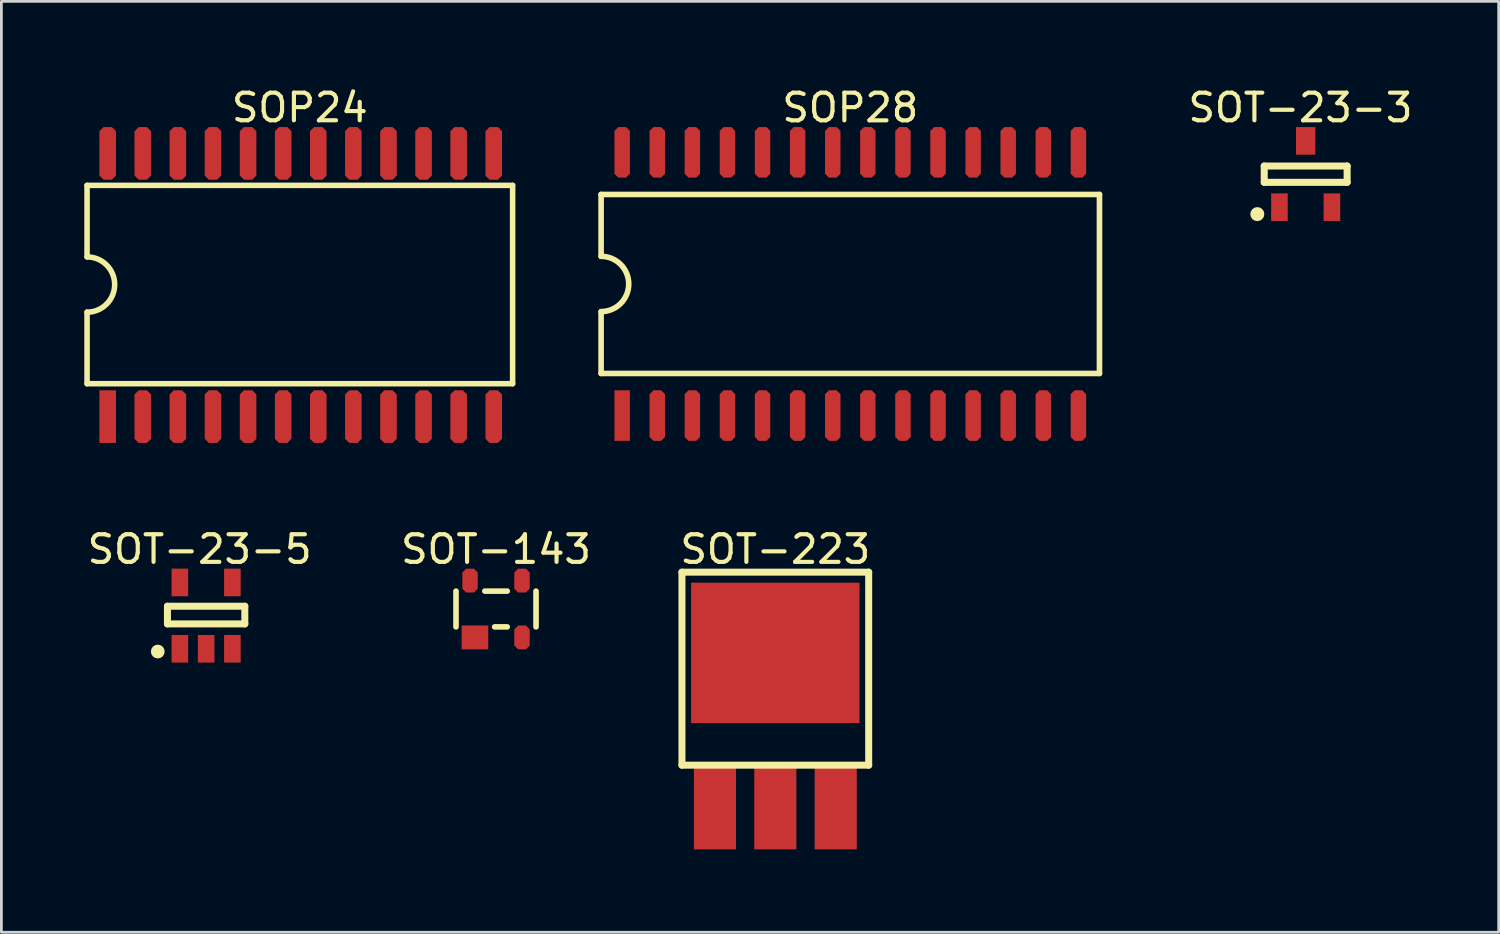
<source format=kicad_pcb>
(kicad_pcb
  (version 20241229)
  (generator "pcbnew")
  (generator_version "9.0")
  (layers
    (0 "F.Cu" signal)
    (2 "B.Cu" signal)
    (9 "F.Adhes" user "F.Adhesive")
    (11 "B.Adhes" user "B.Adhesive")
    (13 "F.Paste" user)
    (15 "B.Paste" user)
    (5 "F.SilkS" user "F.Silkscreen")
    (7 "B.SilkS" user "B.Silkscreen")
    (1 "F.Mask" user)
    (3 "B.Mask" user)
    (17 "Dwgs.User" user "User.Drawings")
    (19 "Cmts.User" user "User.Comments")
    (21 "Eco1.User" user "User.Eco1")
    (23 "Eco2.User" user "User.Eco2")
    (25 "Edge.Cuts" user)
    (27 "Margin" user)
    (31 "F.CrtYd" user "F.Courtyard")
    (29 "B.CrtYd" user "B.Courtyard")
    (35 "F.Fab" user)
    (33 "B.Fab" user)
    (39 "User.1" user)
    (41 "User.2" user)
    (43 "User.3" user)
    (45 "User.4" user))
  (footprint "SOT-223"
    (layer "F.Cu")
    (at 22.822 26.163)
    (property "Reference" "SOT-223" (at 2.184 -9.336 0) (layer "F.SilkS") (effects (font (size 1 1) (thickness 0.15))))
    (fp_line (start -1.194 -8.509) (end 5.563 -8.509) (stroke (width 0.254) (type solid)) (layer "F.SilkS"))
    (fp_line (start -1.194 -1.524) (end -1.194 -8.509) (stroke (width 0.254) (type solid)) (layer "F.SilkS"))
    (fp_line (start -1.194 -1.524) (end 5.563 -1.524) (stroke (width 0.254) (type solid)) (layer "F.SilkS"))
    (fp_line (start 5.563 -1.524) (end 5.563 -8.509) (stroke (width 0.254) (type solid)) (layer "F.SilkS"))
    (pad "" smd rect (at 2.184 -5.588) (size 6.096 5.08) (layers "F.Cu" "F.Mask" "F.Paste"))
    (pad "1" smd rect (at 0 0) (size 1.524 3.048) (layers "F.Cu" "F.Mask" "F.Paste"))
    (pad "2" smd rect (at 2.184 0) (size 1.524 3.048) (layers "F.Cu" "F.Mask" "F.Paste"))
    (pad "3" smd rect (at 4.369 0) (size 1.524 3.048) (layers "F.Cu" "F.Mask" "F.Paste")))
  (footprint "SOT-23-5"
    (layer "F.Cu")
    (at 3.459 20.427)
    (property "Reference" "SOT-23-5" (at 0.714 -3.6 0) (layer "F.SilkS") (effects (font (size 1 1) (thickness 0.15))))
    (fp_line (start -0.45 -1.54) (end 2.35 -1.54) (stroke (width 0.254) (type solid)) (layer "F.SilkS"))
    (fp_line (start -0.45 -0.9) (end -0.45 -1.54) (stroke (width 0.254) (type solid)) (layer "F.SilkS"))
    (fp_line (start -0.45 -0.9) (end 2.35 -0.9) (stroke (width 0.254) (type solid)) (layer "F.SilkS"))
    (fp_line (start 2.35 -0.9) (end 2.35 -1.54) (stroke (width 0.254) (type solid)) (layer "F.SilkS"))
    (fp_circle (center -0.8 0.1) (end -0.8 -0.025) (stroke (width 0.25) (type solid)) (fill no) (layer "F.SilkS"))
    (pad "1" smd rect (at 0 0 180) (size 0.6 1) (layers "F.Cu" "F.Mask" "F.Paste"))
    (pad "2" smd rect (at 0.95 0 180) (size 0.6 1) (layers "F.Cu" "F.Mask" "F.Paste"))
    (pad "3" smd rect (at 1.9 0 180) (size 0.6 1) (layers "F.Cu" "F.Mask" "F.Paste"))
    (pad "4" smd rect (at 1.9 -2.4 180) (size 0.6 1) (layers "F.Cu" "F.Mask" "F.Paste"))
    (pad "5" smd rect (at 0 -2.4 180) (size 0.6 1) (layers "F.Cu" "F.Mask" "F.Paste")))
  (footprint "SOT-143"
    (layer "F.Cu")
    (at 14.137 20.016)
    (property "Reference" "SOT-143" (at 0.762 -3.189 0) (layer "F.SilkS") (effects (font (size 1 1) (thickness 0.15))))
    (fp_line (start -0.686 -0.381) (end -0.686 -1.676) (stroke (width 0.203) (type solid)) (layer "F.SilkS"))
    (fp_line (start 0.356 -1.676) (end 1.168 -1.676) (stroke (width 0.203) (type solid)) (layer "F.SilkS"))
    (fp_line (start 0.711 -0.381) (end 1.168 -0.381) (stroke (width 0.203) (type solid)) (layer "F.SilkS"))
    (fp_line (start 2.21 -0.381) (end 2.21 -1.676) (stroke (width 0.203) (type solid)) (layer "F.SilkS"))
    (pad "1" smd rect (at 0 0) (size 0.965 0.864) (layers "F.Cu" "F.Mask" "F.Paste"))
    (pad "2" smd roundrect (at 1.702 0) (size 0.559 0.864) (layers "F.Cu" "F.Mask" "F.Paste") (roundrect_rratio 0.25) (chamfer_ratio 0.25) (chamfer top_left top_right bottom_left bottom_right))
    (pad "3" smd roundrect (at 1.702 -2.057) (size 0.559 0.864) (layers "F.Cu" "F.Mask" "F.Paste") (roundrect_rratio 0.25) (chamfer_ratio 0.25) (chamfer top_left top_right bottom_left bottom_right))
    (pad "4" smd roundrect (at -0.178 -2.057) (size 0.559 0.864) (layers "F.Cu" "F.Mask" "F.Paste") (roundrect_rratio 0.25) (chamfer_ratio 0.25) (chamfer top_left top_right bottom_left bottom_right)))
  (footprint "SOT-23-3"
    (layer "F.Cu")
    (at 43.248 4.448)
    (property "Reference" "SOT-23-3" (at 0.761 -3.6 0) (layer "F.SilkS") (effects (font (size 1 1) (thickness 0.15))))
    (fp_line (start -0.55 -1.49) (end 2.45 -1.49) (stroke (width 0.254) (type solid)) (layer "F.SilkS"))
    (fp_line (start -0.55 -0.9) (end -0.55 -1.49) (stroke (width 0.254) (type solid)) (layer "F.SilkS"))
    (fp_line (start -0.55 -0.9) (end 2.45 -0.9) (stroke (width 0.254) (type solid)) (layer "F.SilkS"))
    (fp_line (start 2.45 -0.9) (end 2.45 -1.49) (stroke (width 0.254) (type solid)) (layer "F.SilkS"))
    (fp_circle (center -0.8 0.25) (end -0.8 0.123) (stroke (width 0.254) (type solid)) (fill no) (layer "F.SilkS"))
    (pad "1" smd rect (at 0 0) (size 0.6 1) (layers "F.Cu" "F.Mask" "F.Paste"))
    (pad "2" smd rect (at 1.9 0) (size 0.6 1) (layers "F.Cu" "F.Mask" "F.Paste"))
    (pad "3" smd rect (at 0.95 -2.4) (size 0.7 1) (layers "F.Cu" "F.Mask" "F.Paste")))
  (footprint "SOP28"
    (layer "F.Cu")
    (at 19.464 11.988)
    (property "Reference" "SOP28" (at 8.255 -11.139 0) (layer "F.SilkS") (effects (font (size 1 1) (thickness 0.15))))
    (fp_line (start -0.762 -8.001) (end 17.272 -8.001) (stroke (width 0.203) (type solid)) (layer "F.SilkS"))
    (fp_line (start -0.762 -5.763) (end -0.762 -8.001) (stroke (width 0.203) (type solid)) (layer "F.SilkS"))
    (fp_line (start -0.762 -1.524) (end -0.762 -3.75) (stroke (width 0.203) (type solid)) (layer "F.SilkS"))
    (fp_line (start -0.762 -1.524) (end 17.272 -1.524) (stroke (width 0.203) (type solid)) (layer "F.SilkS"))
    (fp_line (start 17.272 -1.524) (end 17.272 -8.001) (stroke (width 0.203) (type solid)) (layer "F.SilkS"))
    (fp_arc (start -0.762 -5.7625) (mid 0.238 -4.7625) (end -0.762 -3.7625) (stroke (width 0.2032) (type solid)) (layer "F.SilkS"))
    (pad "1" smd rect (at 0 0) (size 0.559 1.829) (layers "F.Cu" "F.Mask" "F.Paste"))
    (pad "2" smd roundrect (at 1.27 0) (size 0.559 1.829) (layers "F.Cu" "F.Mask" "F.Paste") (roundrect_rratio 0.25) (chamfer_ratio 0.25) (chamfer top_left top_right bottom_left bottom_right))
    (pad "3" smd roundrect (at 2.54 0) (size 0.559 1.829) (layers "F.Cu" "F.Mask" "F.Paste") (roundrect_rratio 0.25) (chamfer_ratio 0.25) (chamfer top_left top_right bottom_left bottom_right))
    (pad "4" smd roundrect (at 3.81 0) (size 0.559 1.829) (layers "F.Cu" "F.Mask" "F.Paste") (roundrect_rratio 0.25) (chamfer_ratio 0.25) (chamfer top_left top_right bottom_left bottom_right))
    (pad "5" smd roundrect (at 5.08 0) (size 0.559 1.829) (layers "F.Cu" "F.Mask" "F.Paste") (roundrect_rratio 0.25) (chamfer_ratio 0.25) (chamfer top_left top_right bottom_left bottom_right))
    (pad "6" smd roundrect (at 6.35 0) (size 0.559 1.829) (layers "F.Cu" "F.Mask" "F.Paste") (roundrect_rratio 0.25) (chamfer_ratio 0.25) (chamfer top_left top_right bottom_left bottom_right))
    (pad "7" smd roundrect (at 7.62 0) (size 0.559 1.829) (layers "F.Cu" "F.Mask" "F.Paste") (roundrect_rratio 0.25) (chamfer_ratio 0.25) (chamfer top_left top_right bottom_left bottom_right))
    (pad "8" smd roundrect (at 8.89 0) (size 0.559 1.829) (layers "F.Cu" "F.Mask" "F.Paste") (roundrect_rratio 0.25) (chamfer_ratio 0.25) (chamfer top_left top_right bottom_left bottom_right))
    (pad "9" smd roundrect (at 10.16 0) (size 0.559 1.829) (layers "F.Cu" "F.Mask" "F.Paste") (roundrect_rratio 0.25) (chamfer_ratio 0.25) (chamfer top_left top_right bottom_left bottom_right))
    (pad "10" smd roundrect (at 11.43 0) (size 0.559 1.829) (layers "F.Cu" "F.Mask" "F.Paste") (roundrect_rratio 0.25) (chamfer_ratio 0.25) (chamfer top_left top_right bottom_left bottom_right))
    (pad "11" smd roundrect (at 12.7 0) (size 0.559 1.829) (layers "F.Cu" "F.Mask" "F.Paste") (roundrect_rratio 0.25) (chamfer_ratio 0.25) (chamfer top_left top_right bottom_left bottom_right))
    (pad "12" smd roundrect (at 13.97 0) (size 0.559 1.829) (layers "F.Cu" "F.Mask" "F.Paste") (roundrect_rratio 0.25) (chamfer_ratio 0.25) (chamfer top_left top_right bottom_left bottom_right))
    (pad "13" smd roundrect (at 15.24 0) (size 0.559 1.829) (layers "F.Cu" "F.Mask" "F.Paste") (roundrect_rratio 0.25) (chamfer_ratio 0.25) (chamfer top_left top_right bottom_left bottom_right))
    (pad "14" smd roundrect (at 16.51 0) (size 0.559 1.829) (layers "F.Cu" "F.Mask" "F.Paste") (roundrect_rratio 0.25) (chamfer_ratio 0.25) (chamfer top_left top_right bottom_left bottom_right))
    (pad "15" smd roundrect (at 16.51 -9.525) (size 0.559 1.829) (layers "F.Cu" "F.Mask" "F.Paste") (roundrect_rratio 0.25) (chamfer_ratio 0.25) (chamfer top_left top_right bottom_left bottom_right))
    (pad "16" smd roundrect (at 15.24 -9.525) (size 0.559 1.829) (layers "F.Cu" "F.Mask" "F.Paste") (roundrect_rratio 0.25) (chamfer_ratio 0.25) (chamfer top_left top_right bottom_left bottom_right))
    (pad "17" smd roundrect (at 13.97 -9.525) (size 0.559 1.829) (layers "F.Cu" "F.Mask" "F.Paste") (roundrect_rratio 0.25) (chamfer_ratio 0.25) (chamfer top_left top_right bottom_left bottom_right))
    (pad "18" smd roundrect (at 12.7 -9.525) (size 0.559 1.829) (layers "F.Cu" "F.Mask" "F.Paste") (roundrect_rratio 0.25) (chamfer_ratio 0.25) (chamfer top_left top_right bottom_left bottom_right))
    (pad "19" smd roundrect (at 11.43 -9.525) (size 0.559 1.829) (layers "F.Cu" "F.Mask" "F.Paste") (roundrect_rratio 0.25) (chamfer_ratio 0.25) (chamfer top_left top_right bottom_left bottom_right))
    (pad "20" smd roundrect (at 10.16 -9.525) (size 0.559 1.829) (layers "F.Cu" "F.Mask" "F.Paste") (roundrect_rratio 0.25) (chamfer_ratio 0.25) (chamfer top_left top_right bottom_left bottom_right))
    (pad "21" smd roundrect (at 8.89 -9.525) (size 0.559 1.829) (layers "F.Cu" "F.Mask" "F.Paste") (roundrect_rratio 0.25) (chamfer_ratio 0.25) (chamfer top_left top_right bottom_left bottom_right))
    (pad "22" smd roundrect (at 7.62 -9.525) (size 0.559 1.829) (layers "F.Cu" "F.Mask" "F.Paste") (roundrect_rratio 0.25) (chamfer_ratio 0.25) (chamfer top_left top_right bottom_left bottom_right))
    (pad "23" smd roundrect (at 6.35 -9.525) (size 0.559 1.829) (layers "F.Cu" "F.Mask" "F.Paste") (roundrect_rratio 0.25) (chamfer_ratio 0.25) (chamfer top_left top_right bottom_left bottom_right))
    (pad "24" smd roundrect (at 5.08 -9.525) (size 0.559 1.829) (layers "F.Cu" "F.Mask" "F.Paste") (roundrect_rratio 0.25) (chamfer_ratio 0.25) (chamfer top_left top_right bottom_left bottom_right))
    (pad "25" smd roundrect (at 3.81 -9.525) (size 0.559 1.829) (layers "F.Cu" "F.Mask" "F.Paste") (roundrect_rratio 0.25) (chamfer_ratio 0.25) (chamfer top_left top_right bottom_left bottom_right))
    (pad "26" smd roundrect (at 2.54 -9.525) (size 0.559 1.829) (layers "F.Cu" "F.Mask" "F.Paste") (roundrect_rratio 0.25) (chamfer_ratio 0.25) (chamfer top_left top_right bottom_left bottom_right))
    (pad "27" smd roundrect (at 1.27 -9.525) (size 0.559 1.829) (layers "F.Cu" "F.Mask" "F.Paste") (roundrect_rratio 0.25) (chamfer_ratio 0.25) (chamfer top_left top_right bottom_left bottom_right))
    (pad "28" smd roundrect (at 0 -9.525) (size 0.559 1.829) (layers "F.Cu" "F.Mask" "F.Paste") (roundrect_rratio 0.25) (chamfer_ratio 0.25) (chamfer top_left top_right bottom_left bottom_right)))
  (footprint "SOP24"
    (layer "F.Cu")
    (at 0.847 12.026)
    (property "Reference" "SOP24" (at 6.953 -11.178 0) (layer "F.SilkS") (effects (font (size 1 1) (thickness 0.15))))
    (fp_line (start -0.747 -8.368) (end 14.653 -8.368) (stroke (width 0.2) (type solid)) (layer "F.SilkS"))
    (fp_line (start -0.747 -5.78) (end -0.747 -8.368) (stroke (width 0.2) (type solid)) (layer "F.SilkS"))
    (fp_line (start -0.747 -1.191) (end -0.747 -3.78) (stroke (width 0.2) (type solid)) (layer "F.SilkS"))
    (fp_line (start -0.747 -1.191) (end 14.653 -1.191) (stroke (width 0.2) (type solid)) (layer "F.SilkS"))
    (fp_line (start 14.653 -1.191) (end 14.653 -8.368) (stroke (width 0.2) (type solid)) (layer "F.SilkS"))
    (fp_arc (start -0.747 -5.77951) (mid 0.253 -4.77951) (end -0.747 -3.77951) (stroke (width 0.2) (type solid)) (layer "F.SilkS"))
    (pad "1" smd rect (at 0 0 90) (size 1.905 0.6) (layers "F.Cu" "F.Mask" "F.Paste"))
    (pad "2" smd roundrect (at 1.27 0 90) (size 1.905 0.6) (layers "F.Cu" "F.Mask" "F.Paste") (roundrect_rratio 0.25) (chamfer_ratio 0.25) (chamfer top_left top_right bottom_left bottom_right))
    (pad "3" smd roundrect (at 2.54 0 90) (size 1.905 0.6) (layers "F.Cu" "F.Mask" "F.Paste") (roundrect_rratio 0.25) (chamfer_ratio 0.25) (chamfer top_left top_right bottom_left bottom_right))
    (pad "4" smd roundrect (at 3.81 0 90) (size 1.905 0.6) (layers "F.Cu" "F.Mask" "F.Paste") (roundrect_rratio 0.25) (chamfer_ratio 0.25) (chamfer top_left top_right bottom_left bottom_right))
    (pad "5" smd roundrect (at 5.08 0 90) (size 1.905 0.6) (layers "F.Cu" "F.Mask" "F.Paste") (roundrect_rratio 0.25) (chamfer_ratio 0.25) (chamfer top_left top_right bottom_left bottom_right))
    (pad "6" smd roundrect (at 6.35 0 90) (size 1.905 0.6) (layers "F.Cu" "F.Mask" "F.Paste") (roundrect_rratio 0.25) (chamfer_ratio 0.25) (chamfer top_left top_right bottom_left bottom_right))
    (pad "7" smd roundrect (at 7.62 0 90) (size 1.905 0.6) (layers "F.Cu" "F.Mask" "F.Paste") (roundrect_rratio 0.25) (chamfer_ratio 0.25) (chamfer top_left top_right bottom_left bottom_right))
    (pad "8" smd roundrect (at 8.89 0 90) (size 1.905 0.6) (layers "F.Cu" "F.Mask" "F.Paste") (roundrect_rratio 0.25) (chamfer_ratio 0.25) (chamfer top_left top_right bottom_left bottom_right))
    (pad "9" smd roundrect (at 10.16 0 90) (size 1.905 0.6) (layers "F.Cu" "F.Mask" "F.Paste") (roundrect_rratio 0.25) (chamfer_ratio 0.25) (chamfer top_left top_right bottom_left bottom_right))
    (pad "10" smd roundrect (at 11.43 0 90) (size 1.905 0.6) (layers "F.Cu" "F.Mask" "F.Paste") (roundrect_rratio 0.25) (chamfer_ratio 0.25) (chamfer top_left top_right bottom_left bottom_right))
    (pad "11" smd roundrect (at 12.7 0 90) (size 1.905 0.6) (layers "F.Cu" "F.Mask" "F.Paste") (roundrect_rratio 0.25) (chamfer_ratio 0.25) (chamfer top_left top_right bottom_left bottom_right))
    (pad "12" smd roundrect (at 13.97 0 90) (size 1.905 0.6) (layers "F.Cu" "F.Mask" "F.Paste") (roundrect_rratio 0.25) (chamfer_ratio 0.25) (chamfer top_left top_right bottom_left bottom_right))
    (pad "13" smd roundrect (at 13.97 -9.525 90) (size 1.905 0.6) (layers "F.Cu" "F.Mask" "F.Paste") (roundrect_rratio 0.25) (chamfer_ratio 0.25) (chamfer top_left top_right bottom_left bottom_right))
    (pad "14" smd roundrect (at 12.7 -9.525 90) (size 1.905 0.6) (layers "F.Cu" "F.Mask" "F.Paste") (roundrect_rratio 0.25) (chamfer_ratio 0.25) (chamfer top_left top_right bottom_left bottom_right))
    (pad "15" smd roundrect (at 11.43 -9.525 90) (size 1.905 0.6) (layers "F.Cu" "F.Mask" "F.Paste") (roundrect_rratio 0.25) (chamfer_ratio 0.25) (chamfer top_left top_right bottom_left bottom_right))
    (pad "16" smd roundrect (at 10.16 -9.525 90) (size 1.905 0.6) (layers "F.Cu" "F.Mask" "F.Paste") (roundrect_rratio 0.25) (chamfer_ratio 0.25) (chamfer top_left top_right bottom_left bottom_right))
    (pad "17" smd roundrect (at 8.89 -9.525 90) (size 1.905 0.6) (layers "F.Cu" "F.Mask" "F.Paste") (roundrect_rratio 0.25) (chamfer_ratio 0.25) (chamfer top_left top_right bottom_left bottom_right))
    (pad "18" smd roundrect (at 7.62 -9.525 90) (size 1.905 0.6) (layers "F.Cu" "F.Mask" "F.Paste") (roundrect_rratio 0.25) (chamfer_ratio 0.25) (chamfer top_left top_right bottom_left bottom_right))
    (pad "19" smd roundrect (at 6.35 -9.525 90) (size 1.905 0.6) (layers "F.Cu" "F.Mask" "F.Paste") (roundrect_rratio 0.25) (chamfer_ratio 0.25) (chamfer top_left top_right bottom_left bottom_right))
    (pad "20" smd roundrect (at 5.08 -9.525 90) (size 1.905 0.6) (layers "F.Cu" "F.Mask" "F.Paste") (roundrect_rratio 0.25) (chamfer_ratio 0.25) (chamfer top_left top_right bottom_left bottom_right))
    (pad "21" smd roundrect (at 3.81 -9.525 90) (size 1.905 0.6) (layers "F.Cu" "F.Mask" "F.Paste") (roundrect_rratio 0.25) (chamfer_ratio 0.25) (chamfer top_left top_right bottom_left bottom_right))
    (pad "22" smd roundrect (at 2.54 -9.525 90) (size 1.905 0.6) (layers "F.Cu" "F.Mask" "F.Paste") (roundrect_rratio 0.25) (chamfer_ratio 0.25) (chamfer top_left top_right bottom_left bottom_right))
    (pad "23" smd roundrect (at 1.27 -9.525 90) (size 1.905 0.6) (layers "F.Cu" "F.Mask" "F.Paste") (roundrect_rratio 0.25) (chamfer_ratio 0.25) (chamfer top_left top_right bottom_left bottom_right))
    (pad "24" smd roundrect (at 0 -9.525 90) (size 1.905 0.6) (layers "F.Cu" "F.Mask" "F.Paste") (roundrect_rratio 0.25) (chamfer_ratio 0.25) (chamfer top_left top_right bottom_left bottom_right)))
  (gr_rect
    (start -3 -3)
    (end 51.182 30.686)
    (stroke (width 0.1) (type default))
    (fill no)
    (layer "Edge.Cuts")))
</source>
